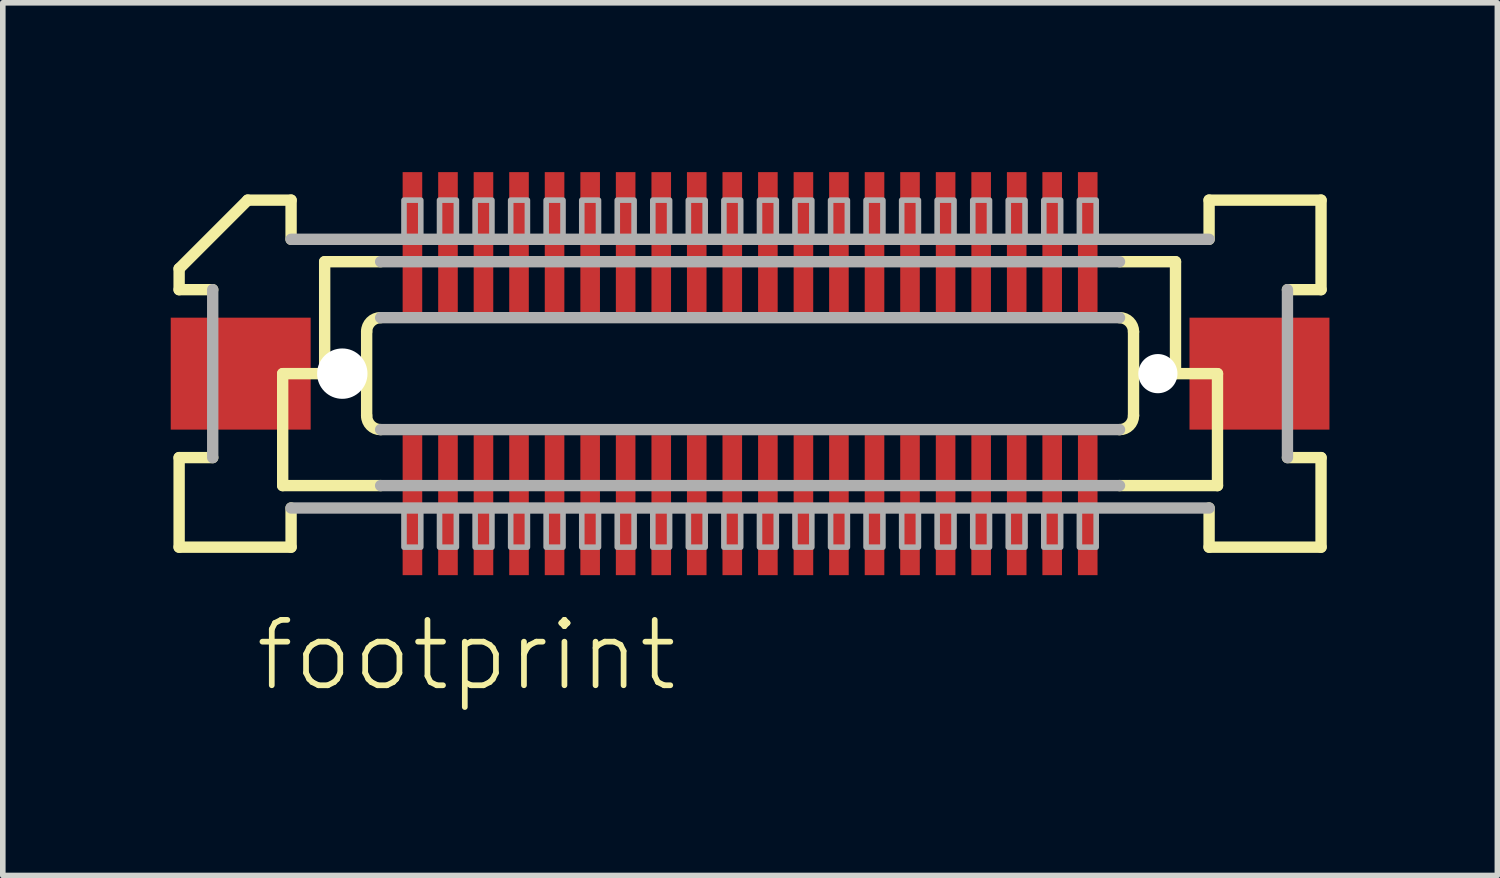
<source format=kicad_pcb>
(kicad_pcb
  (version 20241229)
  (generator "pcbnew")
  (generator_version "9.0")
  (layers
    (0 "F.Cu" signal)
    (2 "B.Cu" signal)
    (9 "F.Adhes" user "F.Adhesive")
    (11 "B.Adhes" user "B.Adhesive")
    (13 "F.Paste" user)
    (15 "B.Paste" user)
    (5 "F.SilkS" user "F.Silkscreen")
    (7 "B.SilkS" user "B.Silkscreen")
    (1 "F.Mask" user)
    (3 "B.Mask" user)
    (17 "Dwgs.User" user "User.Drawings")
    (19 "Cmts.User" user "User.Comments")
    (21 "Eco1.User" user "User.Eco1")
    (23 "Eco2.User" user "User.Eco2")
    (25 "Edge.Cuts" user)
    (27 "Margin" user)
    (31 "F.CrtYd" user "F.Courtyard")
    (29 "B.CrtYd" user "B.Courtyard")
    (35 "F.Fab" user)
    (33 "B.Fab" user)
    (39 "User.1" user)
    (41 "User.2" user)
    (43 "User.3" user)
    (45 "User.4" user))
  (footprint "footprint"
    (layer "F.Cu")
    (at 10.35 3.625)
    (property "Reference" "footprint" (at -8.89 5.715 0) (layer "F.SilkS") (effects (font (size 1.168 1.168) (thickness 0.102)) (justify left bottom)))
    (fp_poly (pts (xy -6.232 -1.075) (xy -5.832 -1.075) (xy -5.832 -3.625) (xy -6.232 -3.625)) (stroke (width 0) (type solid)) (fill yes) (layer "F.Mask"))
    (fp_poly (pts (xy -5.832 1.075) (xy -6.232 1.075) (xy -6.232 3.625) (xy -5.832 3.625)) (stroke (width 0) (type solid)) (fill yes) (layer "F.Mask"))
    (fp_poly (pts (xy -5.598 -1.075) (xy -5.197 -1.075) (xy -5.197 -3.625) (xy -5.598 -3.625)) (stroke (width 0) (type solid)) (fill yes) (layer "F.Mask"))
    (fp_poly (pts (xy -5.197 1.075) (xy -5.598 1.075) (xy -5.598 3.625) (xy -5.197 3.625)) (stroke (width 0) (type solid)) (fill yes) (layer "F.Mask"))
    (fp_poly (pts (xy -4.963 -1.075) (xy -4.562 -1.075) (xy -4.562 -3.625) (xy -4.963 -3.625)) (stroke (width 0) (type solid)) (fill yes) (layer "F.Mask"))
    (fp_poly (pts (xy -4.562 1.075) (xy -4.963 1.075) (xy -4.963 3.625) (xy -4.562 3.625)) (stroke (width 0) (type solid)) (fill yes) (layer "F.Mask"))
    (fp_poly (pts (xy -4.327 -1.075) (xy -3.928 -1.075) (xy -3.928 -3.625) (xy -4.327 -3.625)) (stroke (width 0) (type solid)) (fill yes) (layer "F.Mask"))
    (fp_poly (pts (xy -3.928 1.075) (xy -4.327 1.075) (xy -4.327 3.625) (xy -3.928 3.625)) (stroke (width 0) (type solid)) (fill yes) (layer "F.Mask"))
    (fp_poly (pts (xy -3.692 -1.075) (xy -3.292 -1.075) (xy -3.292 -3.625) (xy -3.692 -3.625)) (stroke (width 0) (type solid)) (fill yes) (layer "F.Mask"))
    (fp_poly (pts (xy -3.292 1.075) (xy -3.692 1.075) (xy -3.692 3.625) (xy -3.292 3.625)) (stroke (width 0) (type solid)) (fill yes) (layer "F.Mask"))
    (fp_poly (pts (xy -3.058 -1.075) (xy -2.658 -1.075) (xy -2.658 -3.625) (xy -3.058 -3.625)) (stroke (width 0) (type solid)) (fill yes) (layer "F.Mask"))
    (fp_poly (pts (xy -2.658 1.075) (xy -3.058 1.075) (xy -3.058 3.625) (xy -2.658 3.625)) (stroke (width 0) (type solid)) (fill yes) (layer "F.Mask"))
    (fp_poly (pts (xy -2.422 -1.075) (xy -2.022 -1.075) (xy -2.022 -3.625) (xy -2.422 -3.625)) (stroke (width 0) (type solid)) (fill yes) (layer "F.Mask"))
    (fp_poly (pts (xy -2.022 1.075) (xy -2.422 1.075) (xy -2.422 3.625) (xy -2.022 3.625)) (stroke (width 0) (type solid)) (fill yes) (layer "F.Mask"))
    (fp_poly (pts (xy -1.788 -1.075) (xy -1.387 -1.075) (xy -1.387 -3.625) (xy -1.788 -3.625)) (stroke (width 0) (type solid)) (fill yes) (layer "F.Mask"))
    (fp_poly (pts (xy -1.387 1.075) (xy -1.788 1.075) (xy -1.788 3.625) (xy -1.387 3.625)) (stroke (width 0) (type solid)) (fill yes) (layer "F.Mask"))
    (fp_poly (pts (xy -1.153 -1.075) (xy -0.752 -1.075) (xy -0.752 -3.625) (xy -1.153 -3.625)) (stroke (width 0) (type solid)) (fill yes) (layer "F.Mask"))
    (fp_poly (pts (xy -0.752 1.075) (xy -1.153 1.075) (xy -1.153 3.625) (xy -0.752 3.625)) (stroke (width 0) (type solid)) (fill yes) (layer "F.Mask"))
    (fp_poly (pts (xy -0.517 -1.075) (xy -0.117 -1.075) (xy -0.117 -3.625) (xy -0.517 -3.625)) (stroke (width 0) (type solid)) (fill yes) (layer "F.Mask"))
    (fp_poly (pts (xy -0.117 1.075) (xy -0.517 1.075) (xy -0.517 3.625) (xy -0.117 3.625)) (stroke (width 0) (type solid)) (fill yes) (layer "F.Mask"))
    (fp_poly (pts (xy 0.117 -1.075) (xy 0.517 -1.075) (xy 0.517 -3.625) (xy 0.117 -3.625)) (stroke (width 0) (type solid)) (fill yes) (layer "F.Mask"))
    (fp_poly (pts (xy 0.517 1.075) (xy 0.117 1.075) (xy 0.117 3.625) (xy 0.517 3.625)) (stroke (width 0) (type solid)) (fill yes) (layer "F.Mask"))
    (fp_poly (pts (xy 0.752 -1.075) (xy 1.153 -1.075) (xy 1.153 -3.625) (xy 0.752 -3.625)) (stroke (width 0) (type solid)) (fill yes) (layer "F.Mask"))
    (fp_poly (pts (xy 1.153 1.075) (xy 0.752 1.075) (xy 0.752 3.625) (xy 1.153 3.625)) (stroke (width 0) (type solid)) (fill yes) (layer "F.Mask"))
    (fp_poly (pts (xy 1.387 -1.075) (xy 1.788 -1.075) (xy 1.788 -3.625) (xy 1.387 -3.625)) (stroke (width 0) (type solid)) (fill yes) (layer "F.Mask"))
    (fp_poly (pts (xy 1.788 1.075) (xy 1.387 1.075) (xy 1.387 3.625) (xy 1.788 3.625)) (stroke (width 0) (type solid)) (fill yes) (layer "F.Mask"))
    (fp_poly (pts (xy 2.022 -1.075) (xy 2.422 -1.075) (xy 2.422 -3.625) (xy 2.022 -3.625)) (stroke (width 0) (type solid)) (fill yes) (layer "F.Mask"))
    (fp_poly (pts (xy 2.422 1.075) (xy 2.022 1.075) (xy 2.022 3.625) (xy 2.422 3.625)) (stroke (width 0) (type solid)) (fill yes) (layer "F.Mask"))
    (fp_poly (pts (xy 2.658 -1.075) (xy 3.058 -1.075) (xy 3.058 -3.625) (xy 2.658 -3.625)) (stroke (width 0) (type solid)) (fill yes) (layer "F.Mask"))
    (fp_poly (pts (xy 3.058 1.075) (xy 2.658 1.075) (xy 2.658 3.625) (xy 3.058 3.625)) (stroke (width 0) (type solid)) (fill yes) (layer "F.Mask"))
    (fp_poly (pts (xy 3.292 -1.075) (xy 3.692 -1.075) (xy 3.692 -3.625) (xy 3.292 -3.625)) (stroke (width 0) (type solid)) (fill yes) (layer "F.Mask"))
    (fp_poly (pts (xy 3.692 1.075) (xy 3.292 1.075) (xy 3.292 3.625) (xy 3.692 3.625)) (stroke (width 0) (type solid)) (fill yes) (layer "F.Mask"))
    (fp_poly (pts (xy 3.928 -1.075) (xy 4.327 -1.075) (xy 4.327 -3.625) (xy 3.928 -3.625)) (stroke (width 0) (type solid)) (fill yes) (layer "F.Mask"))
    (fp_poly (pts (xy 4.327 1.075) (xy 3.928 1.075) (xy 3.928 3.625) (xy 4.327 3.625)) (stroke (width 0) (type solid)) (fill yes) (layer "F.Mask"))
    (fp_poly (pts (xy 4.562 -1.075) (xy 4.963 -1.075) (xy 4.963 -3.625) (xy 4.562 -3.625)) (stroke (width 0) (type solid)) (fill yes) (layer "F.Mask"))
    (fp_poly (pts (xy 4.963 1.075) (xy 4.562 1.075) (xy 4.562 3.625) (xy 4.963 3.625)) (stroke (width 0) (type solid)) (fill yes) (layer "F.Mask"))
    (fp_poly (pts (xy 5.197 -1.075) (xy 5.598 -1.075) (xy 5.598 -3.625) (xy 5.197 -3.625)) (stroke (width 0) (type solid)) (fill yes) (layer "F.Mask"))
    (fp_poly (pts (xy 5.598 1.075) (xy 5.197 1.075) (xy 5.197 3.625) (xy 5.598 3.625)) (stroke (width 0) (type solid)) (fill yes) (layer "F.Mask"))
    (fp_poly (pts (xy 5.832 -1.075) (xy 6.232 -1.075) (xy 6.232 -3.625) (xy 5.832 -3.625)) (stroke (width 0) (type solid)) (fill yes) (layer "F.Mask"))
    (fp_poly (pts (xy 6.232 1.075) (xy 5.832 1.075) (xy 5.832 3.625) (xy 6.232 3.625)) (stroke (width 0) (type solid)) (fill yes) (layer "F.Mask"))
    (fp_line (start -10.2 -1.5) (end -10.2 -1.875) (stroke (width 0.203) (type solid)) (layer "F.SilkS"))
    (fp_line (start -10.2 1.5) (end -9.6 1.5) (stroke (width 0.203) (type solid)) (layer "F.SilkS"))
    (fp_line (start -10.2 3.1) (end -10.2 1.5) (stroke (width 0.203) (type solid)) (layer "F.SilkS"))
    (fp_line (start -9.6 -1.5) (end -10.2 -1.5) (stroke (width 0.203) (type solid)) (layer "F.SilkS"))
    (fp_line (start -8.975 -3.1) (end -10.2 -1.875) (stroke (width 0.203) (type solid)) (layer "F.SilkS"))
    (fp_line (start -8.975 -3.1) (end -8.2 -3.1) (stroke (width 0.203) (type solid)) (layer "F.SilkS"))
    (fp_line (start -8.35 0) (end -8.35 2) (stroke (width 0.203) (type solid)) (layer "F.SilkS"))
    (fp_line (start -8.35 2) (end -6.6 2) (stroke (width 0.203) (type solid)) (layer "F.SilkS"))
    (fp_line (start -8.2 -3.1) (end -8.2 -2.4) (stroke (width 0.203) (type solid)) (layer "F.SilkS"))
    (fp_line (start -8.2 2.4) (end -8.2 3.1) (stroke (width 0.203) (type solid)) (layer "F.SilkS"))
    (fp_line (start -8.2 3.1) (end -10.2 3.1) (stroke (width 0.203) (type solid)) (layer "F.SilkS"))
    (fp_line (start -7.6 -2) (end -7.6 0) (stroke (width 0.203) (type solid)) (layer "F.SilkS"))
    (fp_line (start -7.6 0) (end -8.35 0) (stroke (width 0.203) (type solid)) (layer "F.SilkS"))
    (fp_line (start -6.85 0.75) (end -6.85 -0.75) (stroke (width 0.203) (type solid)) (layer "F.SilkS"))
    (fp_line (start -6.6 -2) (end -7.6 -2) (stroke (width 0.203) (type solid)) (layer "F.SilkS"))
    (fp_line (start 6.6 2) (end 8.35 2) (stroke (width 0.203) (type solid)) (layer "F.SilkS"))
    (fp_line (start 6.85 -0.75) (end 6.85 0.75) (stroke (width 0.203) (type solid)) (layer "F.SilkS"))
    (fp_line (start 7.6 -2) (end 6.6 -2) (stroke (width 0.203) (type solid)) (layer "F.SilkS"))
    (fp_line (start 7.6 -2) (end 7.6 0) (stroke (width 0.203) (type solid)) (layer "F.SilkS"))
    (fp_line (start 8.2 -3.1) (end 10.2 -3.1) (stroke (width 0.203) (type solid)) (layer "F.SilkS"))
    (fp_line (start 8.2 -2.4) (end 8.2 -3.1) (stroke (width 0.203) (type solid)) (layer "F.SilkS"))
    (fp_line (start 8.2 3.1) (end 8.2 2.4) (stroke (width 0.203) (type solid)) (layer "F.SilkS"))
    (fp_line (start 8.35 0) (end 7.6 0) (stroke (width 0.203) (type solid)) (layer "F.SilkS"))
    (fp_line (start 8.35 0) (end 8.35 2) (stroke (width 0.203) (type solid)) (layer "F.SilkS"))
    (fp_line (start 9.6 1.5) (end 10.2 1.5) (stroke (width 0.203) (type solid)) (layer "F.SilkS"))
    (fp_line (start 10.2 -3.1) (end 10.2 -1.5) (stroke (width 0.203) (type solid)) (layer "F.SilkS"))
    (fp_line (start 10.2 -1.5) (end 9.6 -1.5) (stroke (width 0.203) (type solid)) (layer "F.SilkS"))
    (fp_line (start 10.2 1.5) (end 10.2 3.1) (stroke (width 0.203) (type solid)) (layer "F.SilkS"))
    (fp_line (start 10.2 3.1) (end 8.2 3.1) (stroke (width 0.203) (type solid)) (layer "F.SilkS"))
    (fp_arc (start -6.85 -0.75) (mid -6.776777 -0.926777) (end -6.6 -1) (stroke (width 0.2032) (type solid)) (layer "F.SilkS"))
    (fp_arc (start -6.6 1) (mid -6.776777 0.926777) (end -6.85 0.75) (stroke (width 0.2032) (type solid)) (layer "F.SilkS"))
    (fp_arc (start 6.6 -1) (mid 6.776777 -0.926777) (end 6.85 -0.75) (stroke (width 0.2032) (type solid)) (layer "F.SilkS"))
    (fp_arc (start 6.85 0.75) (mid 6.776777 0.926777) (end 6.6 1) (stroke (width 0.2032) (type solid)) (layer "F.SilkS"))
    (fp_line (start -9.6 1.5) (end -9.6 -1.5) (stroke (width 0.203) (type solid)) (layer "F.Fab"))
    (fp_line (start -8.2 -2.4) (end 8.2 -2.4) (stroke (width 0.203) (type solid)) (layer "F.Fab"))
    (fp_line (start -6.6 -1) (end 6.6 -1) (stroke (width 0.203) (type solid)) (layer "F.Fab"))
    (fp_line (start -6.6 2) (end 6.6 2) (stroke (width 0.203) (type solid)) (layer "F.Fab"))
    (fp_line (start 6.6 -2) (end -6.6 -2) (stroke (width 0.203) (type solid)) (layer "F.Fab"))
    (fp_line (start 6.6 1) (end -6.6 1) (stroke (width 0.203) (type solid)) (layer "F.Fab"))
    (fp_line (start 8.2 2.4) (end -8.2 2.4) (stroke (width 0.203) (type solid)) (layer "F.Fab"))
    (fp_line (start 9.6 -1.5) (end 9.6 1.5) (stroke (width 0.203) (type solid)) (layer "F.Fab"))
    (fp_poly (pts (xy -6.183 3.1) (xy -5.883 3.1) (xy -5.883 2.375) (xy -6.183 2.375)) (stroke (width 0.1) (type solid)) (fill no) (layer "F.Fab"))
    (fp_poly (pts (xy -5.883 -3.1) (xy -6.183 -3.1) (xy -6.183 -2.375) (xy -5.883 -2.375)) (stroke (width 0.1) (type solid)) (fill no) (layer "F.Fab"))
    (fp_poly (pts (xy -5.548 3.1) (xy -5.247 3.1) (xy -5.247 2.375) (xy -5.548 2.375)) (stroke (width 0.1) (type solid)) (fill no) (layer "F.Fab"))
    (fp_poly (pts (xy -5.247 -3.1) (xy -5.548 -3.1) (xy -5.548 -2.375) (xy -5.247 -2.375)) (stroke (width 0.1) (type solid)) (fill no) (layer "F.Fab"))
    (fp_poly (pts (xy -4.912 3.1) (xy -4.612 3.1) (xy -4.612 2.375) (xy -4.912 2.375)) (stroke (width 0.1) (type solid)) (fill no) (layer "F.Fab"))
    (fp_poly (pts (xy -4.612 -3.1) (xy -4.912 -3.1) (xy -4.912 -2.375) (xy -4.612 -2.375)) (stroke (width 0.1) (type solid)) (fill no) (layer "F.Fab"))
    (fp_poly (pts (xy -4.277 3.1) (xy -3.978 3.1) (xy -3.978 2.375) (xy -4.277 2.375)) (stroke (width 0.1) (type solid)) (fill no) (layer "F.Fab"))
    (fp_poly (pts (xy -3.978 -3.1) (xy -4.277 -3.1) (xy -4.277 -2.375) (xy -3.978 -2.375)) (stroke (width 0.1) (type solid)) (fill no) (layer "F.Fab"))
    (fp_poly (pts (xy -3.643 3.1) (xy -3.342 3.1) (xy -3.342 2.375) (xy -3.643 2.375)) (stroke (width 0.1) (type solid)) (fill no) (layer "F.Fab"))
    (fp_poly (pts (xy -3.342 -3.1) (xy -3.643 -3.1) (xy -3.643 -2.375) (xy -3.342 -2.375)) (stroke (width 0.1) (type solid)) (fill no) (layer "F.Fab"))
    (fp_poly (pts (xy -3.007 3.1) (xy -2.708 3.1) (xy -2.708 2.375) (xy -3.007 2.375)) (stroke (width 0.1) (type solid)) (fill no) (layer "F.Fab"))
    (fp_poly (pts (xy -2.708 -3.1) (xy -3.007 -3.1) (xy -3.007 -2.375) (xy -2.708 -2.375)) (stroke (width 0.1) (type solid)) (fill no) (layer "F.Fab"))
    (fp_poly (pts (xy -2.373 3.1) (xy -2.072 3.1) (xy -2.072 2.375) (xy -2.373 2.375)) (stroke (width 0.1) (type solid)) (fill no) (layer "F.Fab"))
    (fp_poly (pts (xy -2.072 -3.1) (xy -2.373 -3.1) (xy -2.373 -2.375) (xy -2.072 -2.375)) (stroke (width 0.1) (type solid)) (fill no) (layer "F.Fab"))
    (fp_poly (pts (xy -1.738 3.1) (xy -1.438 3.1) (xy -1.438 2.375) (xy -1.738 2.375)) (stroke (width 0.1) (type solid)) (fill no) (layer "F.Fab"))
    (fp_poly (pts (xy -1.438 -3.1) (xy -1.738 -3.1) (xy -1.738 -2.375) (xy -1.438 -2.375)) (stroke (width 0.1) (type solid)) (fill no) (layer "F.Fab"))
    (fp_poly (pts (xy -1.103 3.1) (xy -0.802 3.1) (xy -0.802 2.375) (xy -1.103 2.375)) (stroke (width 0.1) (type solid)) (fill no) (layer "F.Fab"))
    (fp_poly (pts (xy -0.802 -3.1) (xy -1.103 -3.1) (xy -1.103 -2.375) (xy -0.802 -2.375)) (stroke (width 0.1) (type solid)) (fill no) (layer "F.Fab"))
    (fp_poly (pts (xy -0.468 3.1) (xy -0.168 3.1) (xy -0.168 2.375) (xy -0.468 2.375)) (stroke (width 0.1) (type solid)) (fill no) (layer "F.Fab"))
    (fp_poly (pts (xy -0.168 -3.1) (xy -0.468 -3.1) (xy -0.468 -2.375) (xy -0.168 -2.375)) (stroke (width 0.1) (type solid)) (fill no) (layer "F.Fab"))
    (fp_poly (pts (xy 0.168 3.1) (xy 0.468 3.1) (xy 0.468 2.375) (xy 0.168 2.375)) (stroke (width 0.1) (type solid)) (fill no) (layer "F.Fab"))
    (fp_poly (pts (xy 0.468 -3.1) (xy 0.168 -3.1) (xy 0.168 -2.375) (xy 0.468 -2.375)) (stroke (width 0.1) (type solid)) (fill no) (layer "F.Fab"))
    (fp_poly (pts (xy 0.802 3.1) (xy 1.103 3.1) (xy 1.103 2.375) (xy 0.802 2.375)) (stroke (width 0.1) (type solid)) (fill no) (layer "F.Fab"))
    (fp_poly (pts (xy 1.103 -3.1) (xy 0.802 -3.1) (xy 0.802 -2.375) (xy 1.103 -2.375)) (stroke (width 0.1) (type solid)) (fill no) (layer "F.Fab"))
    (fp_poly (pts (xy 1.438 3.1) (xy 1.738 3.1) (xy 1.738 2.375) (xy 1.438 2.375)) (stroke (width 0.1) (type solid)) (fill no) (layer "F.Fab"))
    (fp_poly (pts (xy 1.738 -3.1) (xy 1.438 -3.1) (xy 1.438 -2.375) (xy 1.738 -2.375)) (stroke (width 0.1) (type solid)) (fill no) (layer "F.Fab"))
    (fp_poly (pts (xy 2.072 3.1) (xy 2.373 3.1) (xy 2.373 2.375) (xy 2.072 2.375)) (stroke (width 0.1) (type solid)) (fill no) (layer "F.Fab"))
    (fp_poly (pts (xy 2.373 -3.1) (xy 2.072 -3.1) (xy 2.072 -2.375) (xy 2.373 -2.375)) (stroke (width 0.1) (type solid)) (fill no) (layer "F.Fab"))
    (fp_poly (pts (xy 2.708 3.1) (xy 3.007 3.1) (xy 3.007 2.375) (xy 2.708 2.375)) (stroke (width 0.1) (type solid)) (fill no) (layer "F.Fab"))
    (fp_poly (pts (xy 3.007 -3.1) (xy 2.708 -3.1) (xy 2.708 -2.375) (xy 3.007 -2.375)) (stroke (width 0.1) (type solid)) (fill no) (layer "F.Fab"))
    (fp_poly (pts (xy 3.342 3.1) (xy 3.643 3.1) (xy 3.643 2.375) (xy 3.342 2.375)) (stroke (width 0.1) (type solid)) (fill no) (layer "F.Fab"))
    (fp_poly (pts (xy 3.643 -3.1) (xy 3.342 -3.1) (xy 3.342 -2.375) (xy 3.643 -2.375)) (stroke (width 0.1) (type solid)) (fill no) (layer "F.Fab"))
    (fp_poly (pts (xy 3.978 3.1) (xy 4.277 3.1) (xy 4.277 2.375) (xy 3.978 2.375)) (stroke (width 0.1) (type solid)) (fill no) (layer "F.Fab"))
    (fp_poly (pts (xy 4.277 -3.1) (xy 3.978 -3.1) (xy 3.978 -2.375) (xy 4.277 -2.375)) (stroke (width 0.1) (type solid)) (fill no) (layer "F.Fab"))
    (fp_poly (pts (xy 4.612 3.1) (xy 4.912 3.1) (xy 4.912 2.375) (xy 4.612 2.375)) (stroke (width 0.1) (type solid)) (fill no) (layer "F.Fab"))
    (fp_poly (pts (xy 4.912 -3.1) (xy 4.612 -3.1) (xy 4.612 -2.375) (xy 4.912 -2.375)) (stroke (width 0.1) (type solid)) (fill no) (layer "F.Fab"))
    (fp_poly (pts (xy 5.247 3.1) (xy 5.548 3.1) (xy 5.548 2.375) (xy 5.247 2.375)) (stroke (width 0.1) (type solid)) (fill no) (layer "F.Fab"))
    (fp_poly (pts (xy 5.548 -3.1) (xy 5.247 -3.1) (xy 5.247 -2.375) (xy 5.548 -2.375)) (stroke (width 0.1) (type solid)) (fill no) (layer "F.Fab"))
    (fp_poly (pts (xy 5.883 3.1) (xy 6.183 3.1) (xy 6.183 2.375) (xy 5.883 2.375)) (stroke (width 0.1) (type solid)) (fill no) (layer "F.Fab"))
    (fp_poly (pts (xy 6.183 -3.1) (xy 5.883 -3.1) (xy 5.883 -2.375) (xy 6.183 -2.375)) (stroke (width 0.1) (type solid)) (fill no) (layer "F.Fab"))
    (pad "" np_thru_hole circle (at -7.285 0) (size 0.9 0.9) (drill 0.9) (layers "*.Cu" "*.Mask"))
    (pad "" np_thru_hole circle (at 7.285 0) (size 0.7 0.7) (drill 0.7) (layers "*.Cu" "*.Mask"))
    (pad "1" smd rect (at -6.032 -2.35) (size 0.35 2.5) (layers "F.Cu" "F.Paste"))
    (pad "2" smd rect (at -6.032 2.35 180) (size 0.35 2.5) (layers "F.Cu" "F.Paste"))
    (pad "3" smd rect (at -5.397 -2.35) (size 0.35 2.5) (layers "F.Cu" "F.Paste"))
    (pad "4" smd rect (at -5.397 2.35 180) (size 0.35 2.5) (layers "F.Cu" "F.Paste"))
    (pad "5" smd rect (at -4.763 -2.35) (size 0.35 2.5) (layers "F.Cu" "F.Paste"))
    (pad "6" smd rect (at -4.763 2.35 180) (size 0.35 2.5) (layers "F.Cu" "F.Paste"))
    (pad "7" smd rect (at -4.128 -2.35) (size 0.35 2.5) (layers "F.Cu" "F.Paste"))
    (pad "8" smd rect (at -4.128 2.35 180) (size 0.35 2.5) (layers "F.Cu" "F.Paste"))
    (pad "9" smd rect (at -3.493 -2.35) (size 0.35 2.5) (layers "F.Cu" "F.Paste"))
    (pad "10" smd rect (at -3.493 2.35 180) (size 0.35 2.5) (layers "F.Cu" "F.Paste"))
    (pad "11" smd rect (at -2.857 -2.35) (size 0.35 2.5) (layers "F.Cu" "F.Paste"))
    (pad "12" smd rect (at -2.857 2.35 180) (size 0.35 2.5) (layers "F.Cu" "F.Paste"))
    (pad "13" smd rect (at -2.223 -2.35) (size 0.35 2.5) (layers "F.Cu" "F.Paste"))
    (pad "14" smd rect (at -2.223 2.35 180) (size 0.35 2.5) (layers "F.Cu" "F.Paste"))
    (pad "15" smd rect (at -1.587 -2.35) (size 0.35 2.5) (layers "F.Cu" "F.Paste"))
    (pad "16" smd rect (at -1.587 2.35 180) (size 0.35 2.5) (layers "F.Cu" "F.Paste"))
    (pad "17" smd rect (at -0.953 -2.35) (size 0.35 2.5) (layers "F.Cu" "F.Paste"))
    (pad "18" smd rect (at -0.953 2.35 180) (size 0.35 2.5) (layers "F.Cu" "F.Paste"))
    (pad "19" smd rect (at -0.318 -2.35) (size 0.35 2.5) (layers "F.Cu" "F.Paste"))
    (pad "20" smd rect (at -0.318 2.35 180) (size 0.35 2.5) (layers "F.Cu" "F.Paste"))
    (pad "21" smd rect (at 0.318 -2.35) (size 0.35 2.5) (layers "F.Cu" "F.Paste"))
    (pad "22" smd rect (at 0.318 2.35 180) (size 0.35 2.5) (layers "F.Cu" "F.Paste"))
    (pad "23" smd rect (at 0.953 -2.35) (size 0.35 2.5) (layers "F.Cu" "F.Paste"))
    (pad "24" smd rect (at 0.953 2.35 180) (size 0.35 2.5) (layers "F.Cu" "F.Paste"))
    (pad "25" smd rect (at 1.587 -2.35) (size 0.35 2.5) (layers "F.Cu" "F.Paste"))
    (pad "26" smd rect (at 1.587 2.35 180) (size 0.35 2.5) (layers "F.Cu" "F.Paste"))
    (pad "27" smd rect (at 2.223 -2.35) (size 0.35 2.5) (layers "F.Cu" "F.Paste"))
    (pad "28" smd rect (at 2.223 2.35 180) (size 0.35 2.5) (layers "F.Cu" "F.Paste"))
    (pad "29" smd rect (at 2.857 -2.35) (size 0.35 2.5) (layers "F.Cu" "F.Paste"))
    (pad "30" smd rect (at 2.857 2.35 180) (size 0.35 2.5) (layers "F.Cu" "F.Paste"))
    (pad "31" smd rect (at 3.493 -2.35) (size 0.35 2.5) (layers "F.Cu" "F.Paste"))
    (pad "32" smd rect (at 3.493 2.35 180) (size 0.35 2.5) (layers "F.Cu" "F.Paste"))
    (pad "33" smd rect (at 4.128 -2.35) (size 0.35 2.5) (layers "F.Cu" "F.Paste"))
    (pad "34" smd rect (at 4.128 2.35 180) (size 0.35 2.5) (layers "F.Cu" "F.Paste"))
    (pad "35" smd rect (at 4.763 -2.35) (size 0.35 2.5) (layers "F.Cu" "F.Paste"))
    (pad "36" smd rect (at 4.763 2.35 180) (size 0.35 2.5) (layers "F.Cu" "F.Paste"))
    (pad "37" smd rect (at 5.397 -2.35) (size 0.35 2.5) (layers "F.Cu" "F.Paste"))
    (pad "38" smd rect (at 5.397 2.35 180) (size 0.35 2.5) (layers "F.Cu" "F.Paste"))
    (pad "39" smd rect (at 6.032 -2.35) (size 0.35 2.5) (layers "F.Cu" "F.Paste"))
    (pad "40" smd rect (at 6.032 2.35 180) (size 0.35 2.5) (layers "F.Cu" "F.Paste"))
    (pad "M1" smd rect (at -9.1 0) (size 2.5 2) (layers "F.Cu" "F.Mask" "F.Paste"))
    (pad "M2" smd rect (at 9.1 0 180) (size 2.5 2) (layers "F.Cu" "F.Mask" "F.Paste")))
  (gr_rect
    (start -3 -3)
    (end 23.7 12.59)
    (stroke (width 0.1) (type default))
    (fill no)
    (layer "Edge.Cuts")))
</source>
